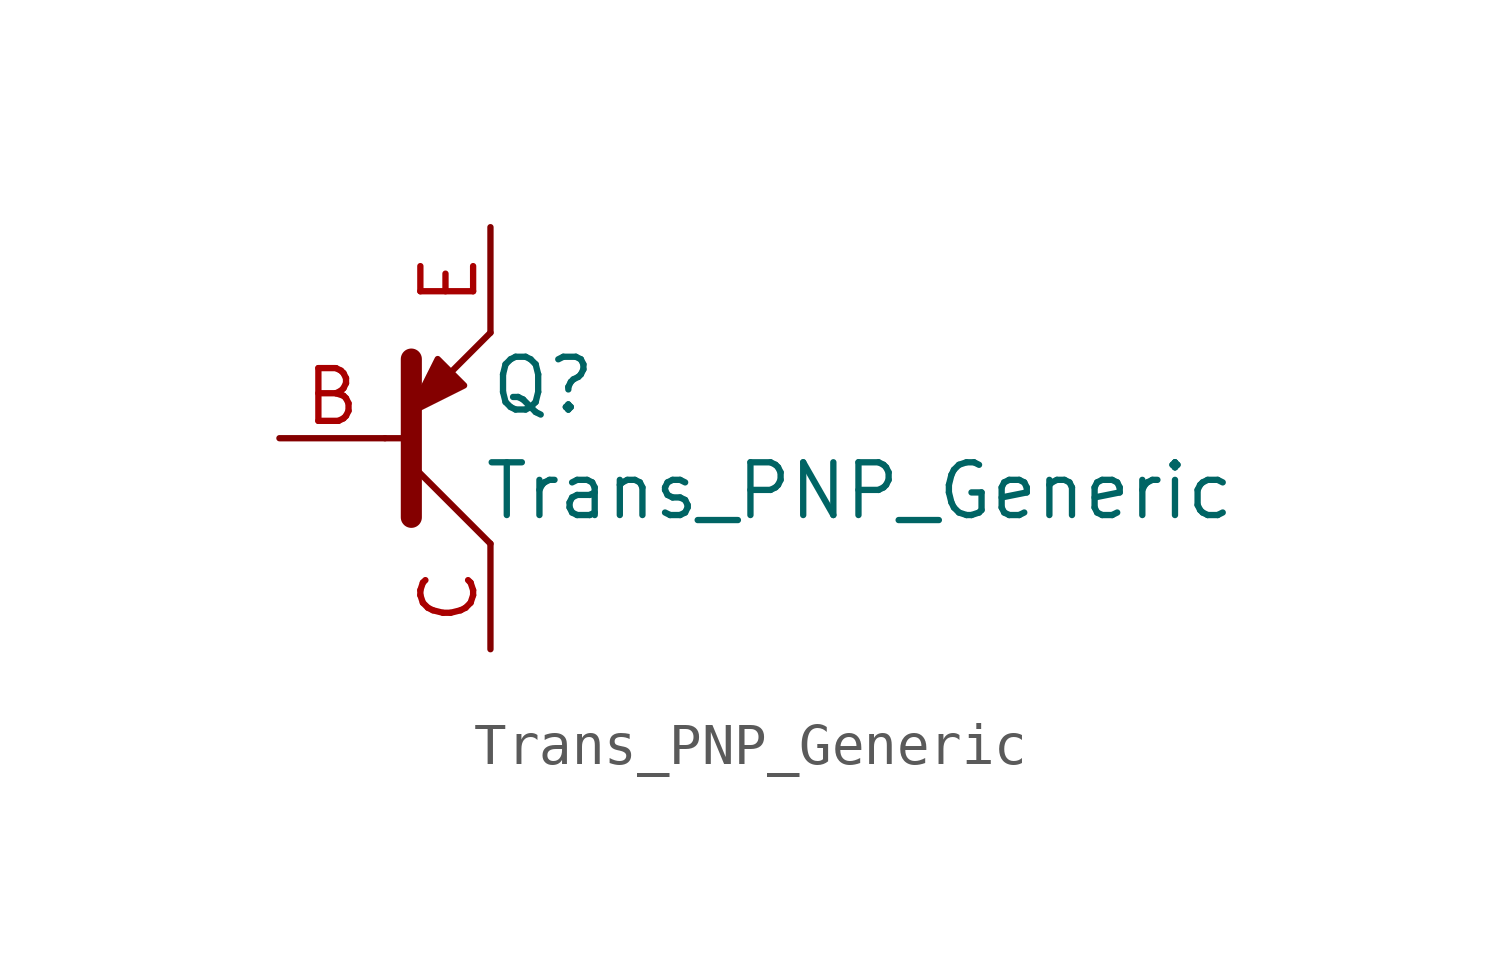
<source format=kicad_sym>
(kicad_symbol_lib
  (version 20241209)
  (generator "kicad_symbol_editor")
  (generator_version "9.0")
  (symbol "Trans_PNP_Generic"
    (pin_names
      (offset 0)
      (hide yes))
    (property "Reference" "Q"
      (at 2.54 1.27 0)
      (effects (font (size 1.27 1.27))))
    (property "Value" "Trans_PNP_Generic"
      (at 10.16 -1.27 0)
      (effects (font (size 1.27 1.27))))
    (symbol "Trans_PNP_Generic_1_1"
      (polyline (pts (xy -1.27 0) (xy -0.635 0)) (stroke (width 0) (type solid)) (fill (type none)))
      (polyline (pts (xy -0.635 -0.635) (xy 1.27 -2.54)) (stroke (width 0) (type solid)) (fill (type none)))
      (polyline (pts (xy -0.635 -1.905) (xy -0.635 1.905)) (stroke (width 0.508) (type solid)) (fill (type none)))
      (polyline (pts (xy 0.635 1.27) (xy 0 1.905) (xy -0.635 0.635) (xy 0.635 1.27)) (stroke (width 0) (type solid)) (fill (type outline)))
      (polyline (pts (xy 1.27 2.54) (xy -0.635 0.635)) (stroke (width 0) (type solid)) (fill (type none)))
      (pin input line (at -3.81 0 0) (length 2.54) (name "B" (effects (font (size 1.27 1.27)))) (number "B" (effects (font (size 1.27 1.27)))))
      (pin passive line (at 1.27 5.08 270) (length 2.54) (name "E" (effects (font (size 1.27 1.27)))) (number "E" (effects (font (size 1.27 1.27)))))
      (pin passive line (at 1.27 -5.08 90) (length 2.54) (name "C" (effects (font (size 1.27 1.27)))) (number "C" (effects (font (size 1.27 1.27))))))))
</source>
